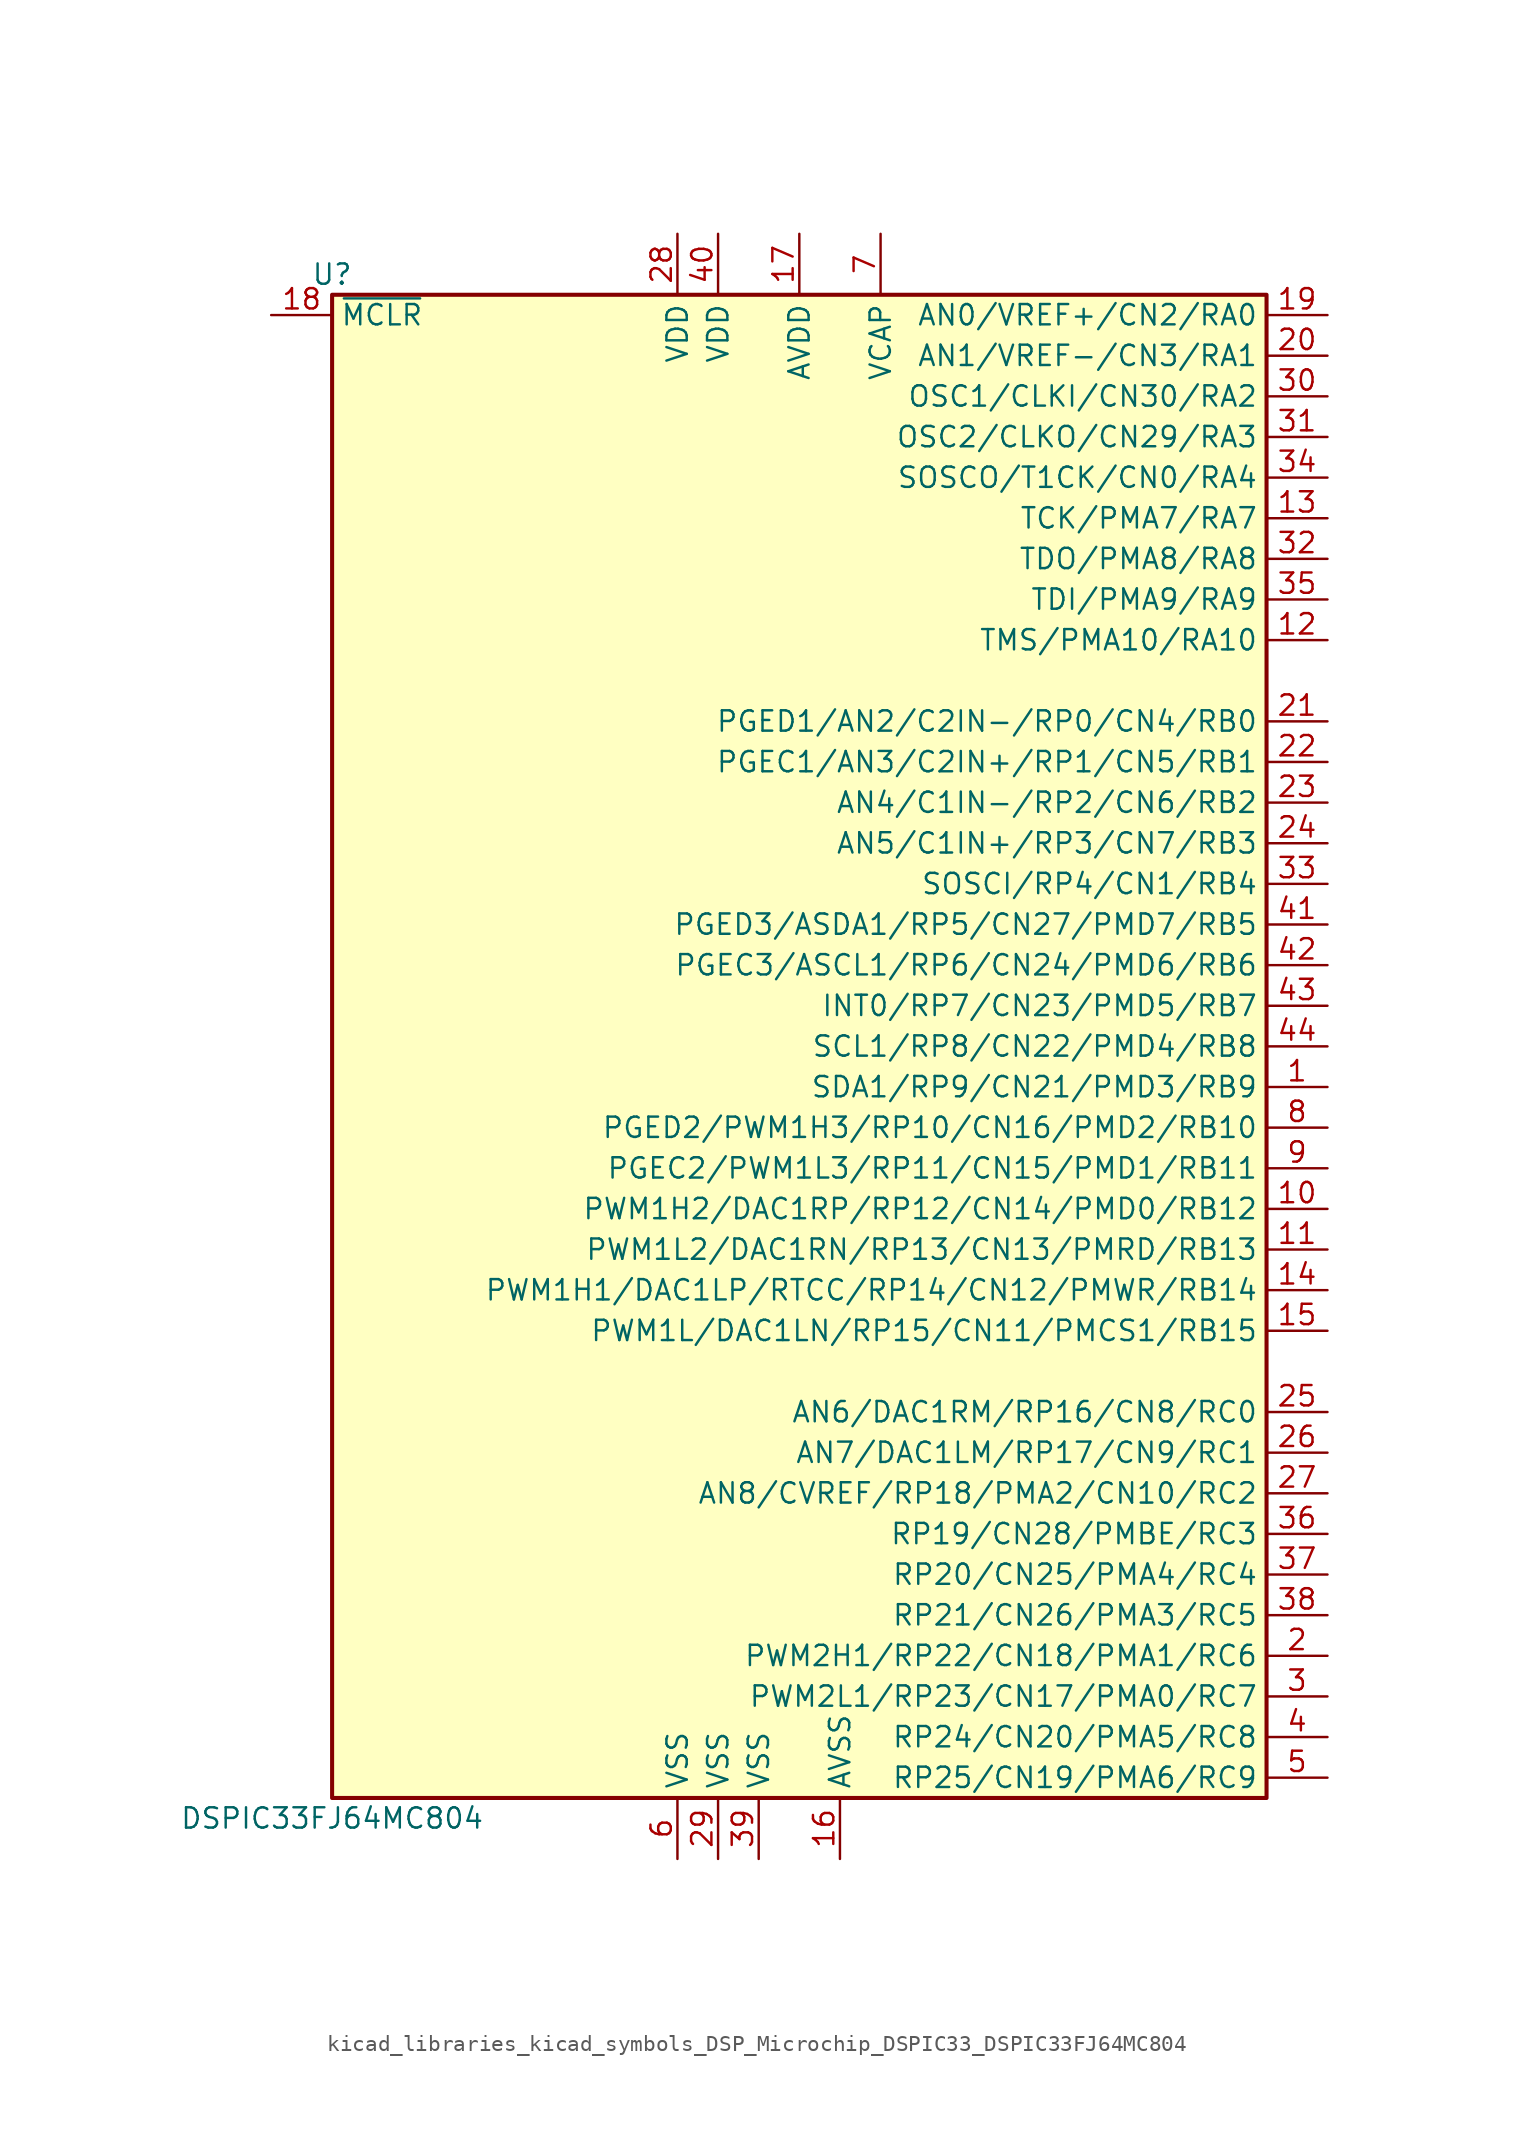
<source format=kicad_sym>
(kicad_symbol_lib
  (version 20220914)
  (generator kicad_symbol_editor)
  (symbol "kicad_libraries_kicad_symbols_DSP_Microchip_DSPIC33_DSPIC33FJ64MC804"
    (property "Reference" "U"
      (at -29.21 48.26 0)
      (effects (font (size 1.27 1.27))))
    (property "Value" "DSPIC33FJ64MC804"
      (at -29.21 -48.26 0)
      (effects (font (size 1.27 1.27))))
    (symbol "kicad_libraries_kicad_symbols_DSP_Microchip_DSPIC33_DSPIC33FJ64MC804_1_1"
      (rectangle (start -29.21 46.99) (end 29.21 -46.99) (stroke (width 0.254) (type default)) (fill (type background)))
      (pin bidirectional line (at 33.02 -2.54 180) (length 3.81) (name "SDA1/RP9/CN21/PMD3/RB9" (effects (font (size 1.27 1.27)))) (number "1" (effects (font (size 1.27 1.27)))))
      (pin bidirectional line (at 33.02 -10.16 180) (length 3.81) (name "PWM1H2/DAC1RP/RP12/CN14/PMD0/RB12" (effects (font (size 1.27 1.27)))) (number "10" (effects (font (size 1.27 1.27)))))
      (pin bidirectional line (at 33.02 -12.7 180) (length 3.81) (name "PWM1L2/DAC1RN/RP13/CN13/PMRD/RB13" (effects (font (size 1.27 1.27)))) (number "11" (effects (font (size 1.27 1.27)))))
      (pin bidirectional line (at 33.02 25.4 180) (length 3.81) (name "TMS/PMA10/RA10" (effects (font (size 1.27 1.27)))) (number "12" (effects (font (size 1.27 1.27)))))
      (pin bidirectional line (at 33.02 33.02 180) (length 3.81) (name "TCK/PMA7/RA7" (effects (font (size 1.27 1.27)))) (number "13" (effects (font (size 1.27 1.27)))))
      (pin bidirectional line (at 33.02 -15.24 180) (length 3.81) (name "PWM1H1/DAC1LP/RTCC/RP14/CN12/PMWR/RB14" (effects (font (size 1.27 1.27)))) (number "14" (effects (font (size 1.27 1.27)))))
      (pin bidirectional line (at 33.02 -17.78 180) (length 3.81) (name "PWM1L/DAC1LN/RP15/CN11/PMCS1/RB15" (effects (font (size 1.27 1.27)))) (number "15" (effects (font (size 1.27 1.27)))))
      (pin power_in line (at 2.54 -50.8 90) (length 3.81) (name "AVSS" (effects (font (size 1.27 1.27)))) (number "16" (effects (font (size 1.27 1.27)))))
      (pin power_in line (at 0 50.8 270) (length 3.81) (name "AVDD" (effects (font (size 1.27 1.27)))) (number "17" (effects (font (size 1.27 1.27)))))
      (pin input line (at -33.02 45.72 0) (length 3.81) (name "~{MCLR}" (effects (font (size 1.27 1.27)))) (number "18" (effects (font (size 1.27 1.27)))))
      (pin bidirectional line (at 33.02 45.72 180) (length 3.81) (name "AN0/VREF+/CN2/RA0" (effects (font (size 1.27 1.27)))) (number "19" (effects (font (size 1.27 1.27)))))
      (pin bidirectional line (at 33.02 -38.1 180) (length 3.81) (name "PWM2H1/RP22/CN18/PMA1/RC6" (effects (font (size 1.27 1.27)))) (number "2" (effects (font (size 1.27 1.27)))))
      (pin bidirectional line (at 33.02 43.18 180) (length 3.81) (name "AN1/VREF-/CN3/RA1" (effects (font (size 1.27 1.27)))) (number "20" (effects (font (size 1.27 1.27)))))
      (pin bidirectional line (at 33.02 20.32 180) (length 3.81) (name "PGED1/AN2/C2IN-/RP0/CN4/RB0" (effects (font (size 1.27 1.27)))) (number "21" (effects (font (size 1.27 1.27)))))
      (pin bidirectional line (at 33.02 17.78 180) (length 3.81) (name "PGEC1/AN3/C2IN+/RP1/CN5/RB1" (effects (font (size 1.27 1.27)))) (number "22" (effects (font (size 1.27 1.27)))))
      (pin bidirectional line (at 33.02 15.24 180) (length 3.81) (name "AN4/C1IN-/RP2/CN6/RB2" (effects (font (size 1.27 1.27)))) (number "23" (effects (font (size 1.27 1.27)))))
      (pin bidirectional line (at 33.02 12.7 180) (length 3.81) (name "AN5/C1IN+/RP3/CN7/RB3" (effects (font (size 1.27 1.27)))) (number "24" (effects (font (size 1.27 1.27)))))
      (pin bidirectional line (at 33.02 -22.86 180) (length 3.81) (name "AN6/DAC1RM/RP16/CN8/RC0" (effects (font (size 1.27 1.27)))) (number "25" (effects (font (size 1.27 1.27)))))
      (pin bidirectional line (at 33.02 -25.4 180) (length 3.81) (name "AN7/DAC1LM/RP17/CN9/RC1" (effects (font (size 1.27 1.27)))) (number "26" (effects (font (size 1.27 1.27)))))
      (pin bidirectional line (at 33.02 -27.94 180) (length 3.81) (name "AN8/CVREF/RP18/PMA2/CN10/RC2" (effects (font (size 1.27 1.27)))) (number "27" (effects (font (size 1.27 1.27)))))
      (pin power_in line (at -7.62 50.8 270) (length 3.81) (name "VDD" (effects (font (size 1.27 1.27)))) (number "28" (effects (font (size 1.27 1.27)))))
      (pin power_in line (at -5.08 -50.8 90) (length 3.81) (name "VSS" (effects (font (size 1.27 1.27)))) (number "29" (effects (font (size 1.27 1.27)))))
      (pin bidirectional line (at 33.02 -40.64 180) (length 3.81) (name "PWM2L1/RP23/CN17/PMA0/RC7" (effects (font (size 1.27 1.27)))) (number "3" (effects (font (size 1.27 1.27)))))
      (pin input line (at 33.02 40.64 180) (length 3.81) (name "OSC1/CLKI/CN30/RA2" (effects (font (size 1.27 1.27)))) (number "30" (effects (font (size 1.27 1.27)))))
      (pin input line (at 33.02 38.1 180) (length 3.81) (name "OSC2/CLKO/CN29/RA3" (effects (font (size 1.27 1.27)))) (number "31" (effects (font (size 1.27 1.27)))))
      (pin input line (at 33.02 30.48 180) (length 3.81) (name "TDO/PMA8/RA8" (effects (font (size 1.27 1.27)))) (number "32" (effects (font (size 1.27 1.27)))))
      (pin input line (at 33.02 10.16 180) (length 3.81) (name "SOSCI/RP4/CN1/RB4" (effects (font (size 1.27 1.27)))) (number "33" (effects (font (size 1.27 1.27)))))
      (pin input line (at 33.02 35.56 180) (length 3.81) (name "SOSCO/T1CK/CN0/RA4" (effects (font (size 1.27 1.27)))) (number "34" (effects (font (size 1.27 1.27)))))
      (pin input line (at 33.02 27.94 180) (length 3.81) (name "TDI/PMA9/RA9" (effects (font (size 1.27 1.27)))) (number "35" (effects (font (size 1.27 1.27)))))
      (pin input line (at 33.02 -30.48 180) (length 3.81) (name "RP19/CN28/PMBE/RC3" (effects (font (size 1.27 1.27)))) (number "36" (effects (font (size 1.27 1.27)))))
      (pin input line (at 33.02 -33.02 180) (length 3.81) (name "RP20/CN25/PMA4/RC4" (effects (font (size 1.27 1.27)))) (number "37" (effects (font (size 1.27 1.27)))))
      (pin input line (at 33.02 -35.56 180) (length 3.81) (name "RP21/CN26/PMA3/RC5" (effects (font (size 1.27 1.27)))) (number "38" (effects (font (size 1.27 1.27)))))
      (pin power_in line (at -2.54 -50.8 90) (length 3.81) (name "VSS" (effects (font (size 1.27 1.27)))) (number "39" (effects (font (size 1.27 1.27)))))
      (pin bidirectional line (at 33.02 -43.18 180) (length 3.81) (name "RP24/CN20/PMA5/RC8" (effects (font (size 1.27 1.27)))) (number "4" (effects (font (size 1.27 1.27)))))
      (pin power_in line (at -5.08 50.8 270) (length 3.81) (name "VDD" (effects (font (size 1.27 1.27)))) (number "40" (effects (font (size 1.27 1.27)))))
      (pin input line (at 33.02 7.62 180) (length 3.81) (name "PGED3/ASDA1/RP5/CN27/PMD7/RB5" (effects (font (size 1.27 1.27)))) (number "41" (effects (font (size 1.27 1.27)))))
      (pin input line (at 33.02 5.08 180) (length 3.81) (name "PGEC3/ASCL1/RP6/CN24/PMD6/RB6" (effects (font (size 1.27 1.27)))) (number "42" (effects (font (size 1.27 1.27)))))
      (pin input line (at 33.02 2.54 180) (length 3.81) (name "INT0/RP7/CN23/PMD5/RB7" (effects (font (size 1.27 1.27)))) (number "43" (effects (font (size 1.27 1.27)))))
      (pin input line (at 33.02 0 180) (length 3.81) (name "SCL1/RP8/CN22/PMD4/RB8" (effects (font (size 1.27 1.27)))) (number "44" (effects (font (size 1.27 1.27)))))
      (pin bidirectional line (at 33.02 -45.72 180) (length 3.81) (name "RP25/CN19/PMA6/RC9" (effects (font (size 1.27 1.27)))) (number "5" (effects (font (size 1.27 1.27)))))
      (pin power_in line (at -7.62 -50.8 90) (length 3.81) (name "VSS" (effects (font (size 1.27 1.27)))) (number "6" (effects (font (size 1.27 1.27)))))
      (pin power_in line (at 5.08 50.8 270) (length 3.81) (name "VCAP" (effects (font (size 1.27 1.27)))) (number "7" (effects (font (size 1.27 1.27)))))
      (pin bidirectional line (at 33.02 -5.08 180) (length 3.81) (name "PGED2/PWM1H3/RP10/CN16/PMD2/RB10" (effects (font (size 1.27 1.27)))) (number "8" (effects (font (size 1.27 1.27)))))
      (pin bidirectional line (at 33.02 -7.62 180) (length 3.81) (name "PGEC2/PWM1L3/RP11/CN15/PMD1/RB11" (effects (font (size 1.27 1.27)))) (number "9" (effects (font (size 1.27 1.27))))))))
</source>
